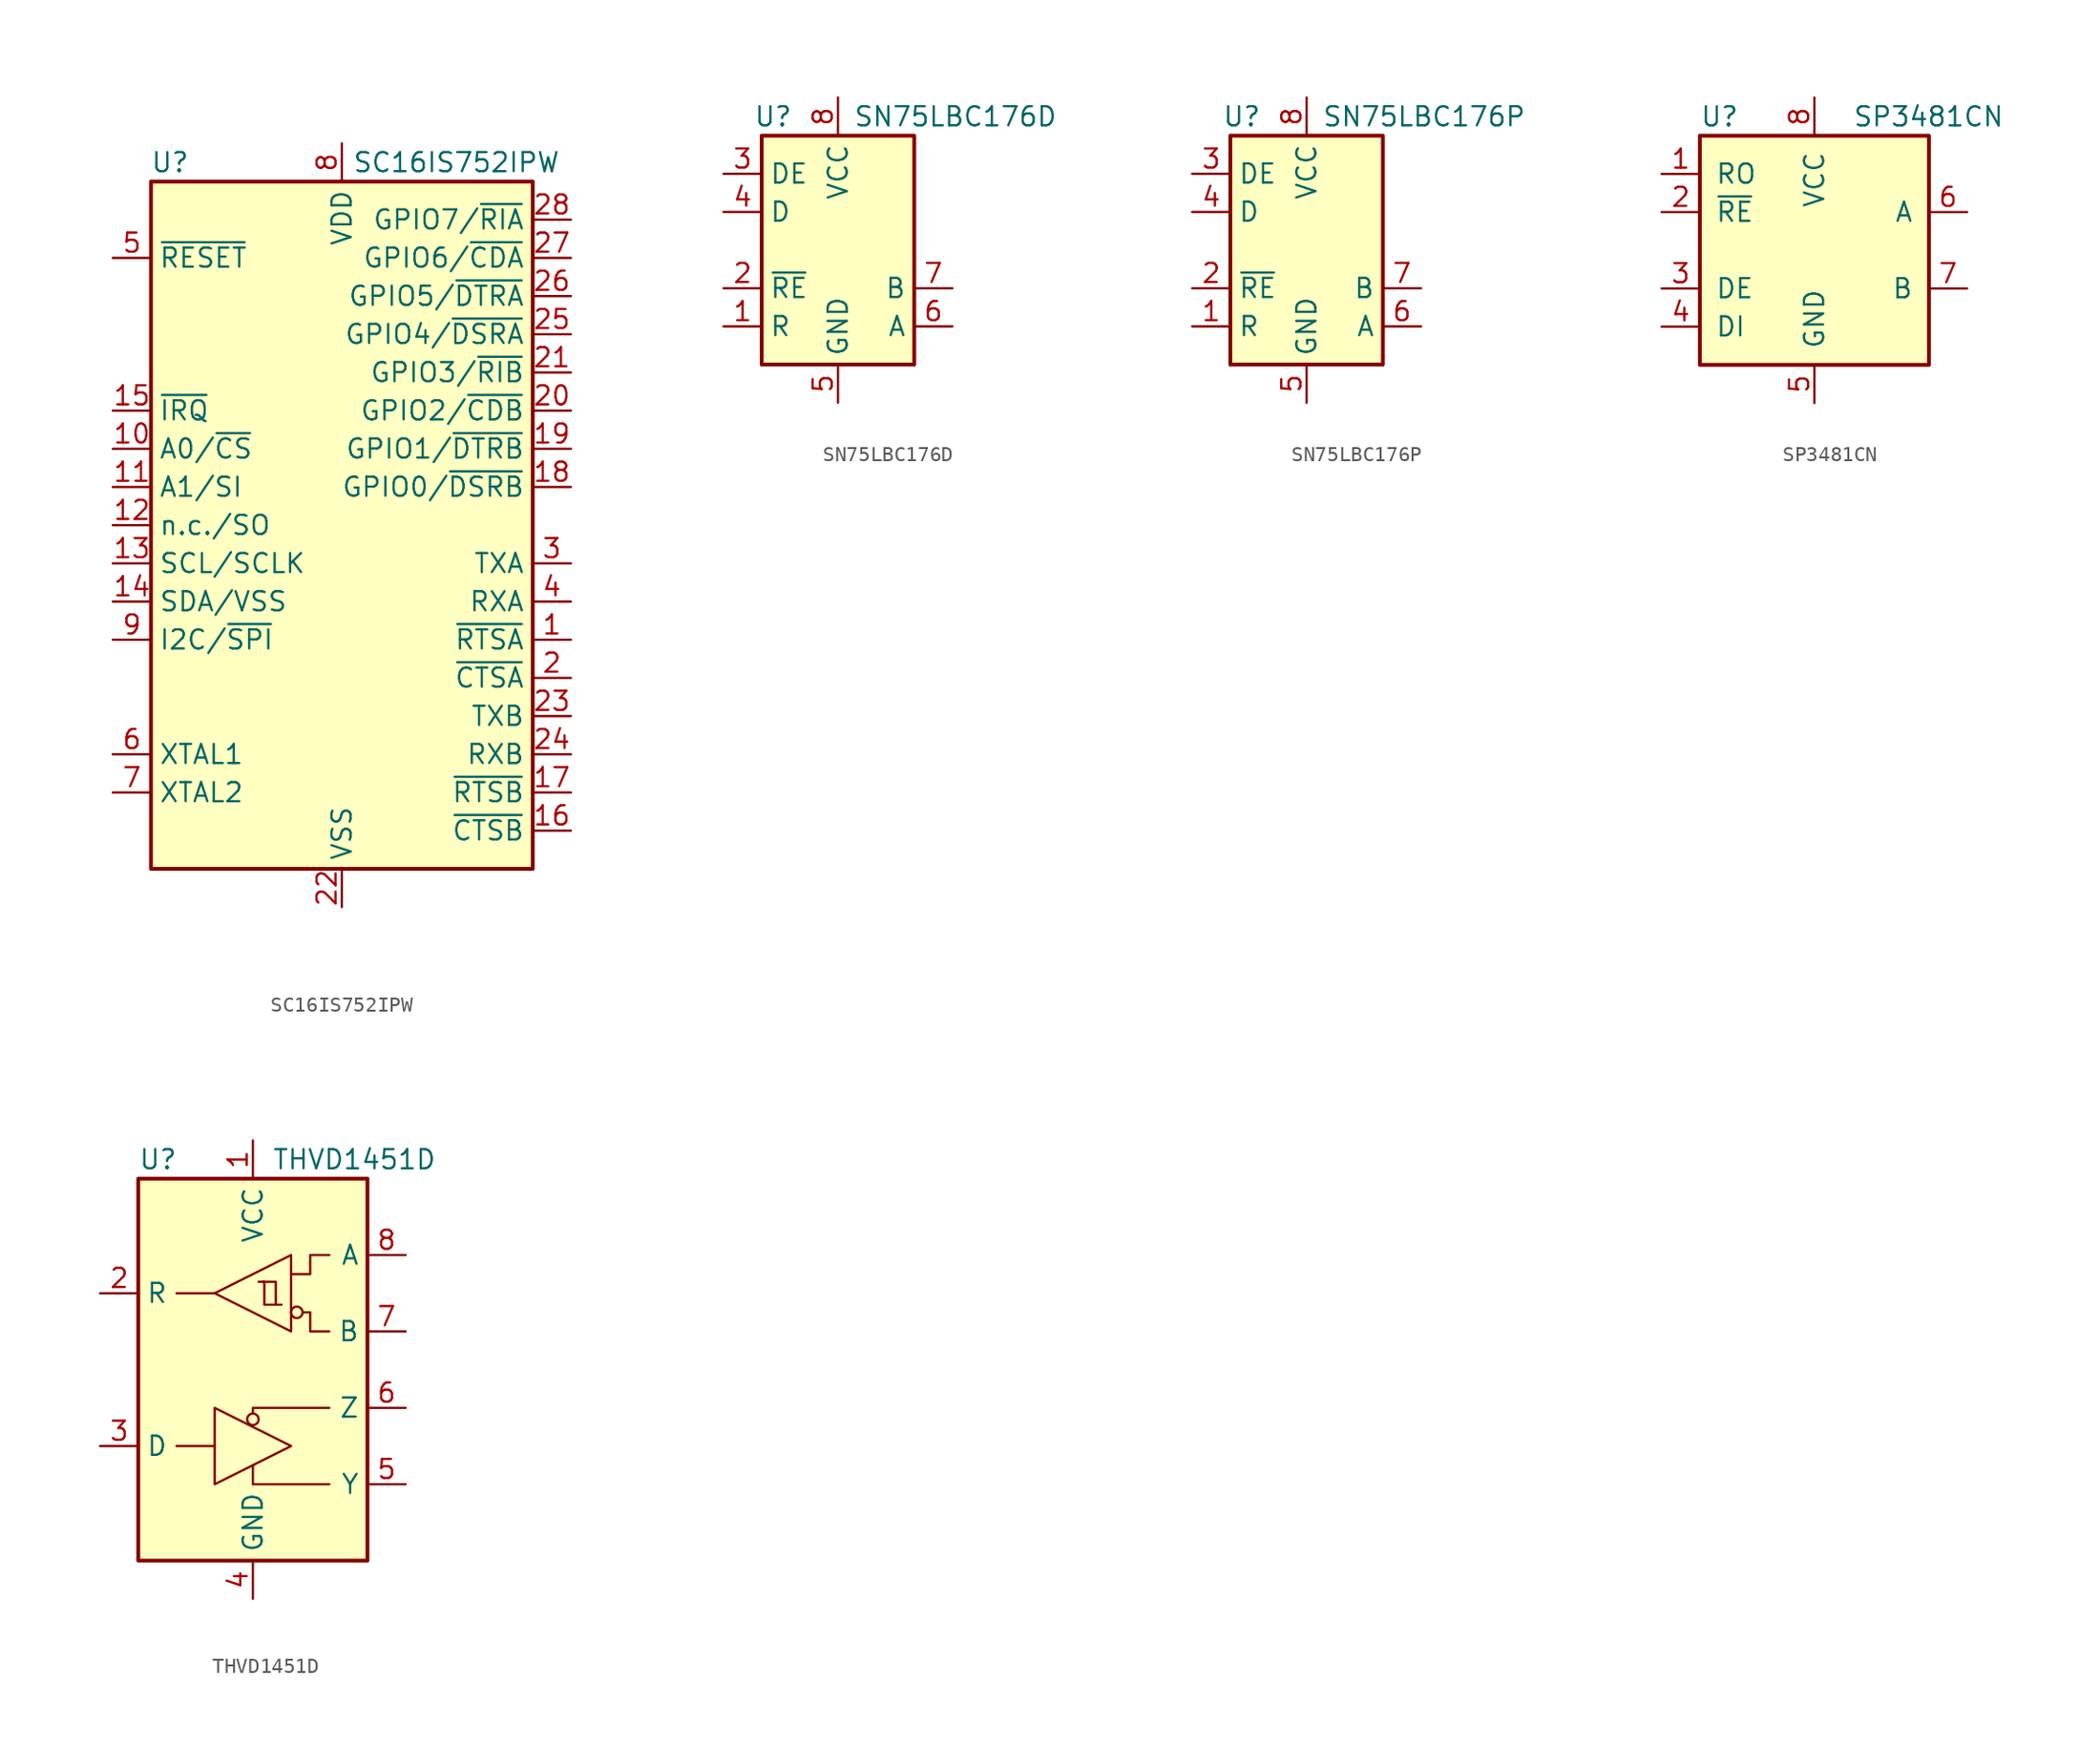
<source format=kicad_sym>
(kicad_symbol_lib
  (version 20201005)
  (generator kicad_symbol_editor)
  (symbol "Interface_UART:SC16IS752IPW"
    (property "Reference" "U"
      (at -11.43 24.13 0)
      (effects (font (size 1.27 1.27))))
    (property "Value" "SC16IS752IPW"
      (at 7.62 24.13 0)
      (effects (font (size 1.27 1.27))))
    (symbol "SC16IS752IPW_0_1"
      (rectangle (start -12.7 22.86) (end 12.7 -22.86) (stroke (width 0.254)) (fill (type background))))
    (symbol "SC16IS752IPW_1_1"
      (pin output line (at 15.24 -7.62 180) (length 2.54) (name "~RTSA" (effects (font (size 1.27 1.27)))) (number "1" (effects (font (size 1.27 1.27)))))
      (pin input line (at -15.24 5.08 0) (length 2.54) (name "A0/~CS" (effects (font (size 1.27 1.27)))) (number "10" (effects (font (size 1.27 1.27)))))
      (pin input line (at -15.24 2.54 0) (length 2.54) (name "A1/SI" (effects (font (size 1.27 1.27)))) (number "11" (effects (font (size 1.27 1.27)))))
      (pin output line (at -15.24 0 0) (length 2.54) (name "n.c./SO" (effects (font (size 1.27 1.27)))) (number "12" (effects (font (size 1.27 1.27)))))
      (pin input line (at -15.24 -2.54 0) (length 2.54) (name "SCL/SCLK" (effects (font (size 1.27 1.27)))) (number "13" (effects (font (size 1.27 1.27)))))
      (pin bidirectional line (at -15.24 -5.08 0) (length 2.54) (name "SDA/VSS" (effects (font (size 1.27 1.27)))) (number "14" (effects (font (size 1.27 1.27)))))
      (pin open_collector line (at -15.24 7.62 0) (length 2.54) (name "~IRQ" (effects (font (size 1.27 1.27)))) (number "15" (effects (font (size 1.27 1.27)))))
      (pin input line (at 15.24 -20.32 180) (length 2.54) (name "~CTSB" (effects (font (size 1.27 1.27)))) (number "16" (effects (font (size 1.27 1.27)))))
      (pin output line (at 15.24 -17.78 180) (length 2.54) (name "~RTSB" (effects (font (size 1.27 1.27)))) (number "17" (effects (font (size 1.27 1.27)))))
      (pin bidirectional line (at 15.24 2.54 180) (length 2.54) (name "GPIO0/~DSRB" (effects (font (size 1.27 1.27)))) (number "18" (effects (font (size 1.27 1.27)))))
      (pin bidirectional line (at 15.24 5.08 180) (length 2.54) (name "GPIO1/~DTRB" (effects (font (size 1.27 1.27)))) (number "19" (effects (font (size 1.27 1.27)))))
      (pin input line (at 15.24 -10.16 180) (length 2.54) (name "~CTSA" (effects (font (size 1.27 1.27)))) (number "2" (effects (font (size 1.27 1.27)))))
      (pin bidirectional line (at 15.24 7.62 180) (length 2.54) (name "GPIO2/~CDB" (effects (font (size 1.27 1.27)))) (number "20" (effects (font (size 1.27 1.27)))))
      (pin bidirectional line (at 15.24 10.16 180) (length 2.54) (name "GPIO3/~RIB" (effects (font (size 1.27 1.27)))) (number "21" (effects (font (size 1.27 1.27)))))
      (pin power_in line (at 0 -25.4 90) (length 2.54) (name "VSS" (effects (font (size 1.27 1.27)))) (number "22" (effects (font (size 1.27 1.27)))))
      (pin output line (at 15.24 -12.7 180) (length 2.54) (name "TXB" (effects (font (size 1.27 1.27)))) (number "23" (effects (font (size 1.27 1.27)))))
      (pin input line (at 15.24 -15.24 180) (length 2.54) (name "RXB" (effects (font (size 1.27 1.27)))) (number "24" (effects (font (size 1.27 1.27)))))
      (pin bidirectional line (at 15.24 12.7 180) (length 2.54) (name "GPIO4/~DSRA" (effects (font (size 1.27 1.27)))) (number "25" (effects (font (size 1.27 1.27)))))
      (pin bidirectional line (at 15.24 15.24 180) (length 2.54) (name "GPIO5/~DTRA" (effects (font (size 1.27 1.27)))) (number "26" (effects (font (size 1.27 1.27)))))
      (pin bidirectional line (at 15.24 17.78 180) (length 2.54) (name "GPIO6/~CDA" (effects (font (size 1.27 1.27)))) (number "27" (effects (font (size 1.27 1.27)))))
      (pin bidirectional line (at 15.24 20.32 180) (length 2.54) (name "GPIO7/~RIA" (effects (font (size 1.27 1.27)))) (number "28" (effects (font (size 1.27 1.27)))))
      (pin output line (at 15.24 -2.54 180) (length 2.54) (name "TXA" (effects (font (size 1.27 1.27)))) (number "3" (effects (font (size 1.27 1.27)))))
      (pin input line (at 15.24 -5.08 180) (length 2.54) (name "RXA" (effects (font (size 1.27 1.27)))) (number "4" (effects (font (size 1.27 1.27)))))
      (pin input line (at -15.24 17.78 0) (length 2.54) (name "~RESET" (effects (font (size 1.27 1.27)))) (number "5" (effects (font (size 1.27 1.27)))))
      (pin input line (at -15.24 -15.24 0) (length 2.54) (name "XTAL1" (effects (font (size 1.27 1.27)))) (number "6" (effects (font (size 1.27 1.27)))))
      (pin output line (at -15.24 -17.78 0) (length 2.54) (name "XTAL2" (effects (font (size 1.27 1.27)))) (number "7" (effects (font (size 1.27 1.27)))))
      (pin power_in line (at 0 25.4 270) (length 2.54) (name "VDD" (effects (font (size 1.27 1.27)))) (number "8" (effects (font (size 1.27 1.27)))))
      (pin input line (at -15.24 -7.62 0) (length 2.54) (name "I2C/~SPI" (effects (font (size 1.27 1.27)))) (number "9" (effects (font (size 1.27 1.27)))))))
  (symbol "Interface_UART:SN75LBC176D"
    (property "Reference" "U"
      (at -4.318 8.89 0)
      (effects (font (size 1.27 1.27))))
    (property "Value" "SN75LBC176D"
      (at 1.016 8.89 0)
      (effects (font (size 1.27 1.27)) (justify left)))
    (symbol "SN75LBC176D_0_1"
      (rectangle (start -5.08 7.62) (end 5.08 -7.62) (stroke (width 0.254)) (fill (type background))))
    (symbol "SN75LBC176D_1_1"
      (pin output line (at -7.62 -5.08 0) (length 2.54) (name "R" (effects (font (size 1.27 1.27)))) (number "1" (effects (font (size 1.27 1.27)))))
      (pin input line (at -7.62 -2.54 0) (length 2.54) (name "~RE" (effects (font (size 1.27 1.27)))) (number "2" (effects (font (size 1.27 1.27)))))
      (pin input line (at -7.62 5.08 0) (length 2.54) (name "DE" (effects (font (size 1.27 1.27)))) (number "3" (effects (font (size 1.27 1.27)))))
      (pin input line (at -7.62 2.54 0) (length 2.54) (name "D" (effects (font (size 1.27 1.27)))) (number "4" (effects (font (size 1.27 1.27)))))
      (pin power_in line (at 0 -10.16 90) (length 2.54) (name "GND" (effects (font (size 1.27 1.27)))) (number "5" (effects (font (size 1.27 1.27)))))
      (pin bidirectional line (at 7.62 -5.08 180) (length 2.54) (name "A" (effects (font (size 1.27 1.27)))) (number "6" (effects (font (size 1.27 1.27)))))
      (pin bidirectional line (at 7.62 -2.54 180) (length 2.54) (name "B" (effects (font (size 1.27 1.27)))) (number "7" (effects (font (size 1.27 1.27)))))
      (pin power_in line (at 0 10.16 270) (length 2.54) (name "VCC" (effects (font (size 1.27 1.27)))) (number "8" (effects (font (size 1.27 1.27)))))))
  (symbol "Interface_UART:SN75LBC176P"
    (property "Reference" "U"
      (at -4.318 8.89 0)
      (effects (font (size 1.27 1.27))))
    (property "Value" "SN75LBC176P"
      (at 1.016 8.89 0)
      (effects (font (size 1.27 1.27)) (justify left)))
    (symbol "SN75LBC176P_0_1"
      (rectangle (start -5.08 7.62) (end 5.08 -7.62) (stroke (width 0.254)) (fill (type background))))
    (symbol "SN75LBC176P_1_1"
      (pin output line (at -7.62 -5.08 0) (length 2.54) (name "R" (effects (font (size 1.27 1.27)))) (number "1" (effects (font (size 1.27 1.27)))))
      (pin input line (at -7.62 -2.54 0) (length 2.54) (name "~RE" (effects (font (size 1.27 1.27)))) (number "2" (effects (font (size 1.27 1.27)))))
      (pin input line (at -7.62 5.08 0) (length 2.54) (name "DE" (effects (font (size 1.27 1.27)))) (number "3" (effects (font (size 1.27 1.27)))))
      (pin input line (at -7.62 2.54 0) (length 2.54) (name "D" (effects (font (size 1.27 1.27)))) (number "4" (effects (font (size 1.27 1.27)))))
      (pin power_in line (at 0 -10.16 90) (length 2.54) (name "GND" (effects (font (size 1.27 1.27)))) (number "5" (effects (font (size 1.27 1.27)))))
      (pin bidirectional line (at 7.62 -5.08 180) (length 2.54) (name "A" (effects (font (size 1.27 1.27)))) (number "6" (effects (font (size 1.27 1.27)))))
      (pin bidirectional line (at 7.62 -2.54 180) (length 2.54) (name "B" (effects (font (size 1.27 1.27)))) (number "7" (effects (font (size 1.27 1.27)))))
      (pin power_in line (at 0 10.16 270) (length 2.54) (name "VCC" (effects (font (size 1.27 1.27)))) (number "8" (effects (font (size 1.27 1.27)))))))
  (symbol "Interface_UART:SP3481CN"
    (pin_names
      (offset 1.016))
    (property "Reference" "U"
      (at -7.62 8.89 0)
      (effects (font (size 1.27 1.27)) (justify left)))
    (property "Value" "SP3481CN"
      (at 2.54 8.89 0)
      (effects (font (size 1.27 1.27)) (justify left)))
    (symbol "SP3481CN_0_1"
      (rectangle (start -7.62 7.62) (end 7.62 -7.62) (stroke (width 0.254)) (fill (type background))))
    (symbol "SP3481CN_1_1"
      (pin output line (at -10.16 5.08 0) (length 2.54) (name "RO" (effects (font (size 1.27 1.27)))) (number "1" (effects (font (size 1.27 1.27)))))
      (pin input line (at -10.16 2.54 0) (length 2.54) (name "~RE~" (effects (font (size 1.27 1.27)))) (number "2" (effects (font (size 1.27 1.27)))))
      (pin input line (at -10.16 -2.54 0) (length 2.54) (name "DE" (effects (font (size 1.27 1.27)))) (number "3" (effects (font (size 1.27 1.27)))))
      (pin input line (at -10.16 -5.08 0) (length 2.54) (name "DI" (effects (font (size 1.27 1.27)))) (number "4" (effects (font (size 1.27 1.27)))))
      (pin power_in line (at 0 -10.16 90) (length 2.54) (name "GND" (effects (font (size 1.27 1.27)))) (number "5" (effects (font (size 1.27 1.27)))))
      (pin bidirectional line (at 10.16 2.54 180) (length 2.54) (name "A" (effects (font (size 1.27 1.27)))) (number "6" (effects (font (size 1.27 1.27)))))
      (pin bidirectional line (at 10.16 -2.54 180) (length 2.54) (name "B" (effects (font (size 1.27 1.27)))) (number "7" (effects (font (size 1.27 1.27)))))
      (pin power_in line (at 0 10.16 270) (length 2.54) (name "VCC" (effects (font (size 1.27 1.27)))) (number "8" (effects (font (size 1.27 1.27)))))))
  (symbol "Interface_UART:THVD1451D"
    (property "Reference" "U"
      (at -7.62 13.97 0)
      (effects (font (size 1.27 1.27)) (justify left)))
    (property "Value" "THVD1451D"
      (at 1.27 13.97 0)
      (effects (font (size 1.27 1.27)) (justify left)))
    (symbol "THVD1451D_0_1"
      (circle (center 0 -3.302) (radius 0.381) (stroke (width 0)) (fill (type none)))
      (circle (center 2.921 3.81) (radius 0.381) (stroke (width 0)) (fill (type none)))
      (rectangle (start -7.62 12.7) (end 7.62 -12.7) (stroke (width 0.254)) (fill (type background)))
      (polyline (pts (xy -5.08 -5.08) (xy -2.54 -5.08)) (stroke (width 0)) (fill (type none)))
      (polyline (pts (xy -2.54 5.08) (xy -5.08 5.08)) (stroke (width 0)) (fill (type none)))
      (polyline (pts (xy 1.524 4.318) (xy 1.524 5.842) (xy 0.635 5.842)) (stroke (width 0)) (fill (type none)))
      (polyline (pts (xy 5.08 -7.62) (xy 0 -7.62) (xy 0 -6.35)) (stroke (width 0)) (fill (type none)))
      (polyline (pts (xy 5.08 -2.54) (xy 0 -2.54) (xy 0 -2.921)) (stroke (width 0)) (fill (type none)))
      (polyline (pts (xy -2.54 -2.54) (xy -2.54 -7.62) (xy 2.54 -5.08) (xy -2.54 -2.54)) (stroke (width 0)) (fill (type none)))
      (polyline (pts (xy 2.54 6.35) (xy 3.81 6.35) (xy 3.81 7.62) (xy 5.08 7.62)) (stroke (width 0)) (fill (type none)))
      (polyline (pts (xy 2.54 7.62) (xy 2.54 2.54) (xy -2.54 5.08) (xy 2.54 7.62)) (stroke (width 0)) (fill (type none)))
      (polyline (pts (xy 3.302 3.81) (xy 3.81 3.81) (xy 3.81 2.54) (xy 5.08 2.54)) (stroke (width 0)) (fill (type none)))
      (polyline (pts (xy 1.905 4.318) (xy 0.889 4.318) (xy 0.762 4.318) (xy 0.762 5.842) (xy 0.381 5.842)) (stroke (width 0)) (fill (type none))))
    (symbol "THVD1451D_1_1"
      (pin power_in line (at 0 15.24 270) (length 2.54) (name "VCC" (effects (font (size 1.27 1.27)))) (number "1" (effects (font (size 1.27 1.27)))))
      (pin output line (at -10.16 5.08 0) (length 2.54) (name "R" (effects (font (size 1.27 1.27)))) (number "2" (effects (font (size 1.27 1.27)))))
      (pin input line (at -10.16 -5.08 0) (length 2.54) (name "D" (effects (font (size 1.27 1.27)))) (number "3" (effects (font (size 1.27 1.27)))))
      (pin power_in line (at 0 -15.24 90) (length 2.54) (name "GND" (effects (font (size 1.27 1.27)))) (number "4" (effects (font (size 1.27 1.27)))))
      (pin output line (at 10.16 -7.62 180) (length 2.54) (name "Y" (effects (font (size 1.27 1.27)))) (number "5" (effects (font (size 1.27 1.27)))))
      (pin output line (at 10.16 -2.54 180) (length 2.54) (name "Z" (effects (font (size 1.27 1.27)))) (number "6" (effects (font (size 1.27 1.27)))))
      (pin input line (at 10.16 2.54 180) (length 2.54) (name "B" (effects (font (size 1.27 1.27)))) (number "7" (effects (font (size 1.27 1.27)))))
      (pin input line (at 10.16 7.62 180) (length 2.54) (name "A" (effects (font (size 1.27 1.27)))) (number "8" (effects (font (size 1.27 1.27))))))))
</source>
